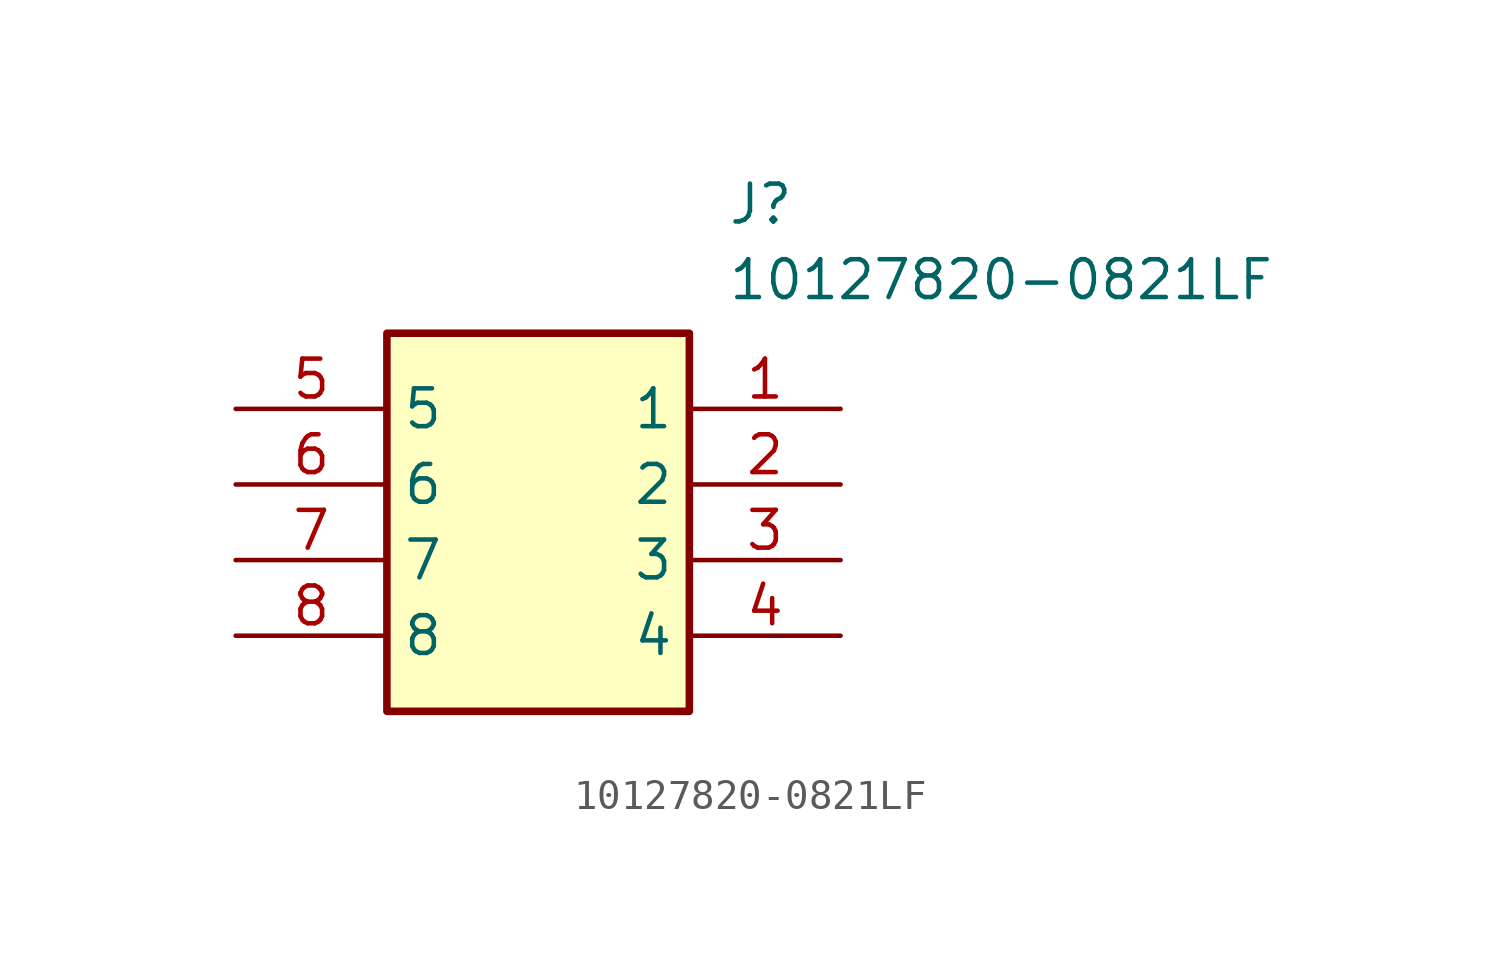
<source format=kicad_sym>
(kicad_symbol_lib
  (version 20211014)
  (generator SamacSys_ECAD_Model)
  (symbol "10127820-0821LF"
    (property "Reference" "J"
      (at 16.51 7.62 0)
      (effects (font (size 1.27 1.27)) (justify left top)))
    (property "Value" "10127820-0821LF"
      (at 16.51 5.08 0)
      (effects (font (size 1.27 1.27)) (justify left top)))
    (rectangle
      (start 5.08 2.54)
      (end 15.24 -10.16)
      (stroke (width 0.254) (type default))
      (fill (type background)))
    (pin passive line
      (at 20.32 0 180)
      (length 5.08)
      (name "1" (effects (font (size 1.27 1.27))))
      (number "1" (effects (font (size 1.27 1.27)))))
    (pin passive line
      (at 20.32 -2.54 180)
      (length 5.08)
      (name "2" (effects (font (size 1.27 1.27))))
      (number "2" (effects (font (size 1.27 1.27)))))
    (pin passive line
      (at 20.32 -5.08 180)
      (length 5.08)
      (name "3" (effects (font (size 1.27 1.27))))
      (number "3" (effects (font (size 1.27 1.27)))))
    (pin passive line
      (at 20.32 -7.62 180)
      (length 5.08)
      (name "4" (effects (font (size 1.27 1.27))))
      (number "4" (effects (font (size 1.27 1.27)))))
    (pin passive line
      (at 0 0 0)
      (length 5.08)
      (name "5" (effects (font (size 1.27 1.27))))
      (number "5" (effects (font (size 1.27 1.27)))))
    (pin passive line
      (at 0 -2.54 0)
      (length 5.08)
      (name "6" (effects (font (size 1.27 1.27))))
      (number "6" (effects (font (size 1.27 1.27)))))
    (pin passive line
      (at 0 -5.08 0)
      (length 5.08)
      (name "7" (effects (font (size 1.27 1.27))))
      (number "7" (effects (font (size 1.27 1.27)))))
    (pin passive line
      (at 0 -7.62 0)
      (length 5.08)
      (name "8" (effects (font (size 1.27 1.27))))
      (number "8" (effects (font (size 1.27 1.27)))))))
</source>
